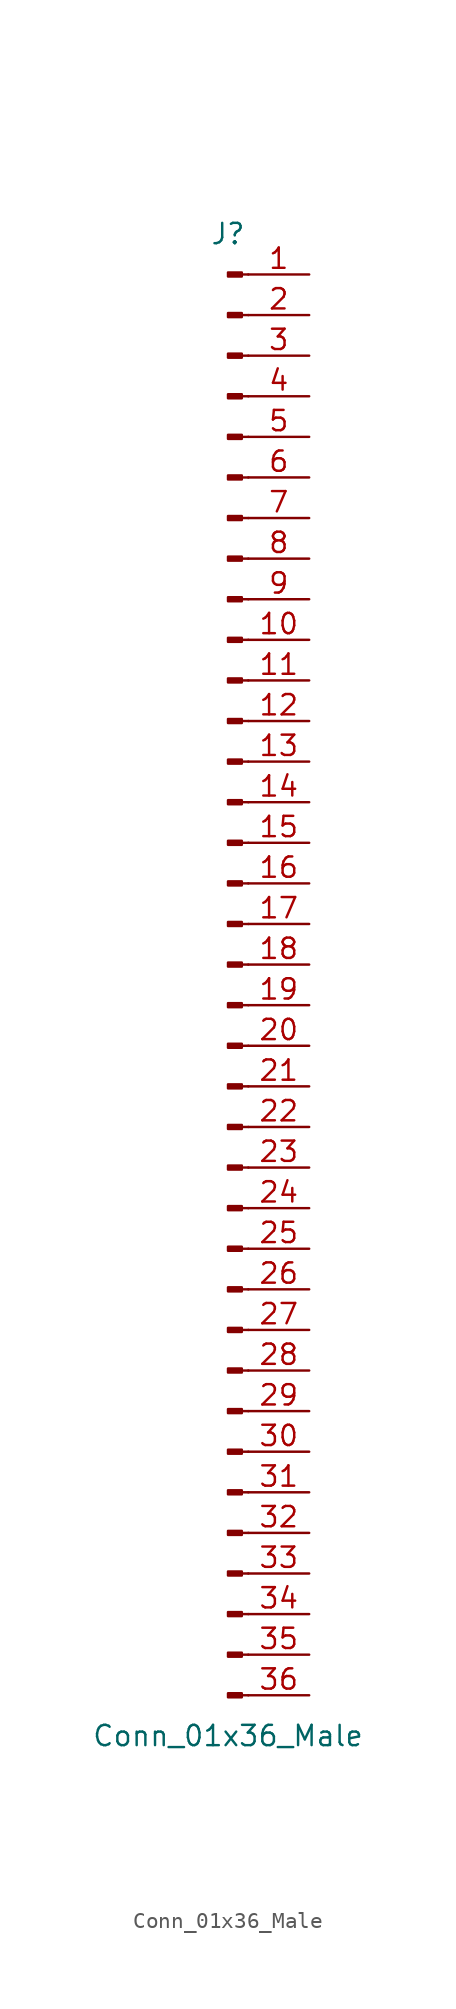
<source format=kicad_sym>
(kicad_symbol_lib
  (version 20201005)
  (generator kicad_symbol_editor)
  (symbol "Conn_01x36_Male"
    (pin_names
      (offset 1.016) hide)
    (property "Reference" "J"
      (at 0 45.72 0)
      (effects (font (size 1.27 1.27))))
    (property "Value" "Conn_01x36_Male"
      (at 0 -48.26 0)
      (effects (font (size 1.27 1.27))))
    (symbol "Conn_01x36_Male_1_1"
      (rectangle (start 0.864 -45.593) (end 0 -45.847) (stroke (width 0.152)) (fill (type outline)))
      (rectangle (start 0.864 -43.053) (end 0 -43.307) (stroke (width 0.152)) (fill (type outline)))
      (rectangle (start 0.864 -40.513) (end 0 -40.767) (stroke (width 0.152)) (fill (type outline)))
      (rectangle (start 0.864 -37.973) (end 0 -38.227) (stroke (width 0.152)) (fill (type outline)))
      (rectangle (start 0.864 -35.433) (end 0 -35.687) (stroke (width 0.152)) (fill (type outline)))
      (rectangle (start 0.864 -32.893) (end 0 -33.147) (stroke (width 0.152)) (fill (type outline)))
      (rectangle (start 0.864 -30.353) (end 0 -30.607) (stroke (width 0.152)) (fill (type outline)))
      (rectangle (start 0.864 -27.813) (end 0 -28.067) (stroke (width 0.152)) (fill (type outline)))
      (rectangle (start 0.864 -25.273) (end 0 -25.527) (stroke (width 0.152)) (fill (type outline)))
      (rectangle (start 0.864 -22.733) (end 0 -22.987) (stroke (width 0.152)) (fill (type outline)))
      (rectangle (start 0.864 -20.193) (end 0 -20.447) (stroke (width 0.152)) (fill (type outline)))
      (rectangle (start 0.864 -17.653) (end 0 -17.907) (stroke (width 0.152)) (fill (type outline)))
      (rectangle (start 0.864 -15.113) (end 0 -15.367) (stroke (width 0.152)) (fill (type outline)))
      (rectangle (start 0.864 -12.573) (end 0 -12.827) (stroke (width 0.152)) (fill (type outline)))
      (rectangle (start 0.864 -10.033) (end 0 -10.287) (stroke (width 0.152)) (fill (type outline)))
      (rectangle (start 0.864 -7.493) (end 0 -7.747) (stroke (width 0.152)) (fill (type outline)))
      (rectangle (start 0.864 -4.953) (end 0 -5.207) (stroke (width 0.152)) (fill (type outline)))
      (rectangle (start 0.864 -2.413) (end 0 -2.667) (stroke (width 0.152)) (fill (type outline)))
      (rectangle (start 0.864 0.127) (end 0 -0.127) (stroke (width 0.152)) (fill (type outline)))
      (rectangle (start 0.864 2.667) (end 0 2.413) (stroke (width 0.152)) (fill (type outline)))
      (rectangle (start 0.864 5.207) (end 0 4.953) (stroke (width 0.152)) (fill (type outline)))
      (rectangle (start 0.864 7.747) (end 0 7.493) (stroke (width 0.152)) (fill (type outline)))
      (rectangle (start 0.864 10.287) (end 0 10.033) (stroke (width 0.152)) (fill (type outline)))
      (rectangle (start 0.864 12.827) (end 0 12.573) (stroke (width 0.152)) (fill (type outline)))
      (rectangle (start 0.864 15.367) (end 0 15.113) (stroke (width 0.152)) (fill (type outline)))
      (rectangle (start 0.864 17.907) (end 0 17.653) (stroke (width 0.152)) (fill (type outline)))
      (rectangle (start 0.864 20.447) (end 0 20.193) (stroke (width 0.152)) (fill (type outline)))
      (rectangle (start 0.864 22.987) (end 0 22.733) (stroke (width 0.152)) (fill (type outline)))
      (rectangle (start 0.864 25.527) (end 0 25.273) (stroke (width 0.152)) (fill (type outline)))
      (rectangle (start 0.864 28.067) (end 0 27.813) (stroke (width 0.152)) (fill (type outline)))
      (rectangle (start 0.864 30.607) (end 0 30.353) (stroke (width 0.152)) (fill (type outline)))
      (rectangle (start 0.864 33.147) (end 0 32.893) (stroke (width 0.152)) (fill (type outline)))
      (rectangle (start 0.864 35.687) (end 0 35.433) (stroke (width 0.152)) (fill (type outline)))
      (rectangle (start 0.864 38.227) (end 0 37.973) (stroke (width 0.152)) (fill (type outline)))
      (rectangle (start 0.864 40.767) (end 0 40.513) (stroke (width 0.152)) (fill (type outline)))
      (rectangle (start 0.864 43.307) (end 0 43.053) (stroke (width 0.152)) (fill (type outline)))
      (polyline (pts (xy 1.27 -45.72) (xy 0.864 -45.72)) (stroke (width 0.152)) (fill (type none)))
      (polyline (pts (xy 1.27 -43.18) (xy 0.864 -43.18)) (stroke (width 0.152)) (fill (type none)))
      (polyline (pts (xy 1.27 -40.64) (xy 0.864 -40.64)) (stroke (width 0.152)) (fill (type none)))
      (polyline (pts (xy 1.27 -38.1) (xy 0.864 -38.1)) (stroke (width 0.152)) (fill (type none)))
      (polyline (pts (xy 1.27 -35.56) (xy 0.864 -35.56)) (stroke (width 0.152)) (fill (type none)))
      (polyline (pts (xy 1.27 -33.02) (xy 0.864 -33.02)) (stroke (width 0.152)) (fill (type none)))
      (polyline (pts (xy 1.27 -30.48) (xy 0.864 -30.48)) (stroke (width 0.152)) (fill (type none)))
      (polyline (pts (xy 1.27 -27.94) (xy 0.864 -27.94)) (stroke (width 0.152)) (fill (type none)))
      (polyline (pts (xy 1.27 -25.4) (xy 0.864 -25.4)) (stroke (width 0.152)) (fill (type none)))
      (polyline (pts (xy 1.27 -22.86) (xy 0.864 -22.86)) (stroke (width 0.152)) (fill (type none)))
      (polyline (pts (xy 1.27 -20.32) (xy 0.864 -20.32)) (stroke (width 0.152)) (fill (type none)))
      (polyline (pts (xy 1.27 -17.78) (xy 0.864 -17.78)) (stroke (width 0.152)) (fill (type none)))
      (polyline (pts (xy 1.27 -15.24) (xy 0.864 -15.24)) (stroke (width 0.152)) (fill (type none)))
      (polyline (pts (xy 1.27 -12.7) (xy 0.864 -12.7)) (stroke (width 0.152)) (fill (type none)))
      (polyline (pts (xy 1.27 -10.16) (xy 0.864 -10.16)) (stroke (width 0.152)) (fill (type none)))
      (polyline (pts (xy 1.27 -7.62) (xy 0.864 -7.62)) (stroke (width 0.152)) (fill (type none)))
      (polyline (pts (xy 1.27 -5.08) (xy 0.864 -5.08)) (stroke (width 0.152)) (fill (type none)))
      (polyline (pts (xy 1.27 -2.54) (xy 0.864 -2.54)) (stroke (width 0.152)) (fill (type none)))
      (polyline (pts (xy 1.27 0) (xy 0.864 0)) (stroke (width 0.152)) (fill (type none)))
      (polyline (pts (xy 1.27 2.54) (xy 0.864 2.54)) (stroke (width 0.152)) (fill (type none)))
      (polyline (pts (xy 1.27 5.08) (xy 0.864 5.08)) (stroke (width 0.152)) (fill (type none)))
      (polyline (pts (xy 1.27 7.62) (xy 0.864 7.62)) (stroke (width 0.152)) (fill (type none)))
      (polyline (pts (xy 1.27 10.16) (xy 0.864 10.16)) (stroke (width 0.152)) (fill (type none)))
      (polyline (pts (xy 1.27 12.7) (xy 0.864 12.7)) (stroke (width 0.152)) (fill (type none)))
      (polyline (pts (xy 1.27 15.24) (xy 0.864 15.24)) (stroke (width 0.152)) (fill (type none)))
      (polyline (pts (xy 1.27 17.78) (xy 0.864 17.78)) (stroke (width 0.152)) (fill (type none)))
      (polyline (pts (xy 1.27 20.32) (xy 0.864 20.32)) (stroke (width 0.152)) (fill (type none)))
      (polyline (pts (xy 1.27 22.86) (xy 0.864 22.86)) (stroke (width 0.152)) (fill (type none)))
      (polyline (pts (xy 1.27 25.4) (xy 0.864 25.4)) (stroke (width 0.152)) (fill (type none)))
      (polyline (pts (xy 1.27 27.94) (xy 0.864 27.94)) (stroke (width 0.152)) (fill (type none)))
      (polyline (pts (xy 1.27 30.48) (xy 0.864 30.48)) (stroke (width 0.152)) (fill (type none)))
      (polyline (pts (xy 1.27 33.02) (xy 0.864 33.02)) (stroke (width 0.152)) (fill (type none)))
      (polyline (pts (xy 1.27 35.56) (xy 0.864 35.56)) (stroke (width 0.152)) (fill (type none)))
      (polyline (pts (xy 1.27 38.1) (xy 0.864 38.1)) (stroke (width 0.152)) (fill (type none)))
      (polyline (pts (xy 1.27 40.64) (xy 0.864 40.64)) (stroke (width 0.152)) (fill (type none)))
      (polyline (pts (xy 1.27 43.18) (xy 0.864 43.18)) (stroke (width 0.152)) (fill (type none)))
      (pin passive line (at 5.08 43.18 180) (length 3.81) (name "Pin_1" (effects (font (size 1.27 1.27)))) (number "1" (effects (font (size 1.27 1.27)))))
      (pin passive line (at 5.08 20.32 180) (length 3.81) (name "Pin_10" (effects (font (size 1.27 1.27)))) (number "10" (effects (font (size 1.27 1.27)))))
      (pin passive line (at 5.08 17.78 180) (length 3.81) (name "Pin_11" (effects (font (size 1.27 1.27)))) (number "11" (effects (font (size 1.27 1.27)))))
      (pin passive line (at 5.08 15.24 180) (length 3.81) (name "Pin_12" (effects (font (size 1.27 1.27)))) (number "12" (effects (font (size 1.27 1.27)))))
      (pin passive line (at 5.08 12.7 180) (length 3.81) (name "Pin_13" (effects (font (size 1.27 1.27)))) (number "13" (effects (font (size 1.27 1.27)))))
      (pin passive line (at 5.08 10.16 180) (length 3.81) (name "Pin_14" (effects (font (size 1.27 1.27)))) (number "14" (effects (font (size 1.27 1.27)))))
      (pin passive line (at 5.08 7.62 180) (length 3.81) (name "Pin_15" (effects (font (size 1.27 1.27)))) (number "15" (effects (font (size 1.27 1.27)))))
      (pin passive line (at 5.08 5.08 180) (length 3.81) (name "Pin_16" (effects (font (size 1.27 1.27)))) (number "16" (effects (font (size 1.27 1.27)))))
      (pin passive line (at 5.08 2.54 180) (length 3.81) (name "Pin_17" (effects (font (size 1.27 1.27)))) (number "17" (effects (font (size 1.27 1.27)))))
      (pin passive line (at 5.08 0 180) (length 3.81) (name "Pin_18" (effects (font (size 1.27 1.27)))) (number "18" (effects (font (size 1.27 1.27)))))
      (pin passive line (at 5.08 -2.54 180) (length 3.81) (name "Pin_19" (effects (font (size 1.27 1.27)))) (number "19" (effects (font (size 1.27 1.27)))))
      (pin passive line (at 5.08 40.64 180) (length 3.81) (name "Pin_2" (effects (font (size 1.27 1.27)))) (number "2" (effects (font (size 1.27 1.27)))))
      (pin passive line (at 5.08 -5.08 180) (length 3.81) (name "Pin_20" (effects (font (size 1.27 1.27)))) (number "20" (effects (font (size 1.27 1.27)))))
      (pin passive line (at 5.08 -7.62 180) (length 3.81) (name "Pin_21" (effects (font (size 1.27 1.27)))) (number "21" (effects (font (size 1.27 1.27)))))
      (pin passive line (at 5.08 -10.16 180) (length 3.81) (name "Pin_22" (effects (font (size 1.27 1.27)))) (number "22" (effects (font (size 1.27 1.27)))))
      (pin passive line (at 5.08 -12.7 180) (length 3.81) (name "Pin_23" (effects (font (size 1.27 1.27)))) (number "23" (effects (font (size 1.27 1.27)))))
      (pin passive line (at 5.08 -15.24 180) (length 3.81) (name "Pin_24" (effects (font (size 1.27 1.27)))) (number "24" (effects (font (size 1.27 1.27)))))
      (pin passive line (at 5.08 -17.78 180) (length 3.81) (name "Pin_25" (effects (font (size 1.27 1.27)))) (number "25" (effects (font (size 1.27 1.27)))))
      (pin passive line (at 5.08 -20.32 180) (length 3.81) (name "Pin_26" (effects (font (size 1.27 1.27)))) (number "26" (effects (font (size 1.27 1.27)))))
      (pin passive line (at 5.08 -22.86 180) (length 3.81) (name "Pin_27" (effects (font (size 1.27 1.27)))) (number "27" (effects (font (size 1.27 1.27)))))
      (pin passive line (at 5.08 -25.4 180) (length 3.81) (name "Pin_28" (effects (font (size 1.27 1.27)))) (number "28" (effects (font (size 1.27 1.27)))))
      (pin passive line (at 5.08 -27.94 180) (length 3.81) (name "Pin_29" (effects (font (size 1.27 1.27)))) (number "29" (effects (font (size 1.27 1.27)))))
      (pin passive line (at 5.08 38.1 180) (length 3.81) (name "Pin_3" (effects (font (size 1.27 1.27)))) (number "3" (effects (font (size 1.27 1.27)))))
      (pin passive line (at 5.08 -30.48 180) (length 3.81) (name "Pin_30" (effects (font (size 1.27 1.27)))) (number "30" (effects (font (size 1.27 1.27)))))
      (pin passive line (at 5.08 -33.02 180) (length 3.81) (name "Pin_31" (effects (font (size 1.27 1.27)))) (number "31" (effects (font (size 1.27 1.27)))))
      (pin passive line (at 5.08 -35.56 180) (length 3.81) (name "Pin_32" (effects (font (size 1.27 1.27)))) (number "32" (effects (font (size 1.27 1.27)))))
      (pin passive line (at 5.08 -38.1 180) (length 3.81) (name "Pin_33" (effects (font (size 1.27 1.27)))) (number "33" (effects (font (size 1.27 1.27)))))
      (pin passive line (at 5.08 -40.64 180) (length 3.81) (name "Pin_34" (effects (font (size 1.27 1.27)))) (number "34" (effects (font (size 1.27 1.27)))))
      (pin passive line (at 5.08 -43.18 180) (length 3.81) (name "Pin_35" (effects (font (size 1.27 1.27)))) (number "35" (effects (font (size 1.27 1.27)))))
      (pin passive line (at 5.08 -45.72 180) (length 3.81) (name "Pin_36" (effects (font (size 1.27 1.27)))) (number "36" (effects (font (size 1.27 1.27)))))
      (pin passive line (at 5.08 35.56 180) (length 3.81) (name "Pin_4" (effects (font (size 1.27 1.27)))) (number "4" (effects (font (size 1.27 1.27)))))
      (pin passive line (at 5.08 33.02 180) (length 3.81) (name "Pin_5" (effects (font (size 1.27 1.27)))) (number "5" (effects (font (size 1.27 1.27)))))
      (pin passive line (at 5.08 30.48 180) (length 3.81) (name "Pin_6" (effects (font (size 1.27 1.27)))) (number "6" (effects (font (size 1.27 1.27)))))
      (pin passive line (at 5.08 27.94 180) (length 3.81) (name "Pin_7" (effects (font (size 1.27 1.27)))) (number "7" (effects (font (size 1.27 1.27)))))
      (pin passive line (at 5.08 25.4 180) (length 3.81) (name "Pin_8" (effects (font (size 1.27 1.27)))) (number "8" (effects (font (size 1.27 1.27)))))
      (pin passive line (at 5.08 22.86 180) (length 3.81) (name "Pin_9" (effects (font (size 1.27 1.27)))) (number "9" (effects (font (size 1.27 1.27))))))))
</source>
